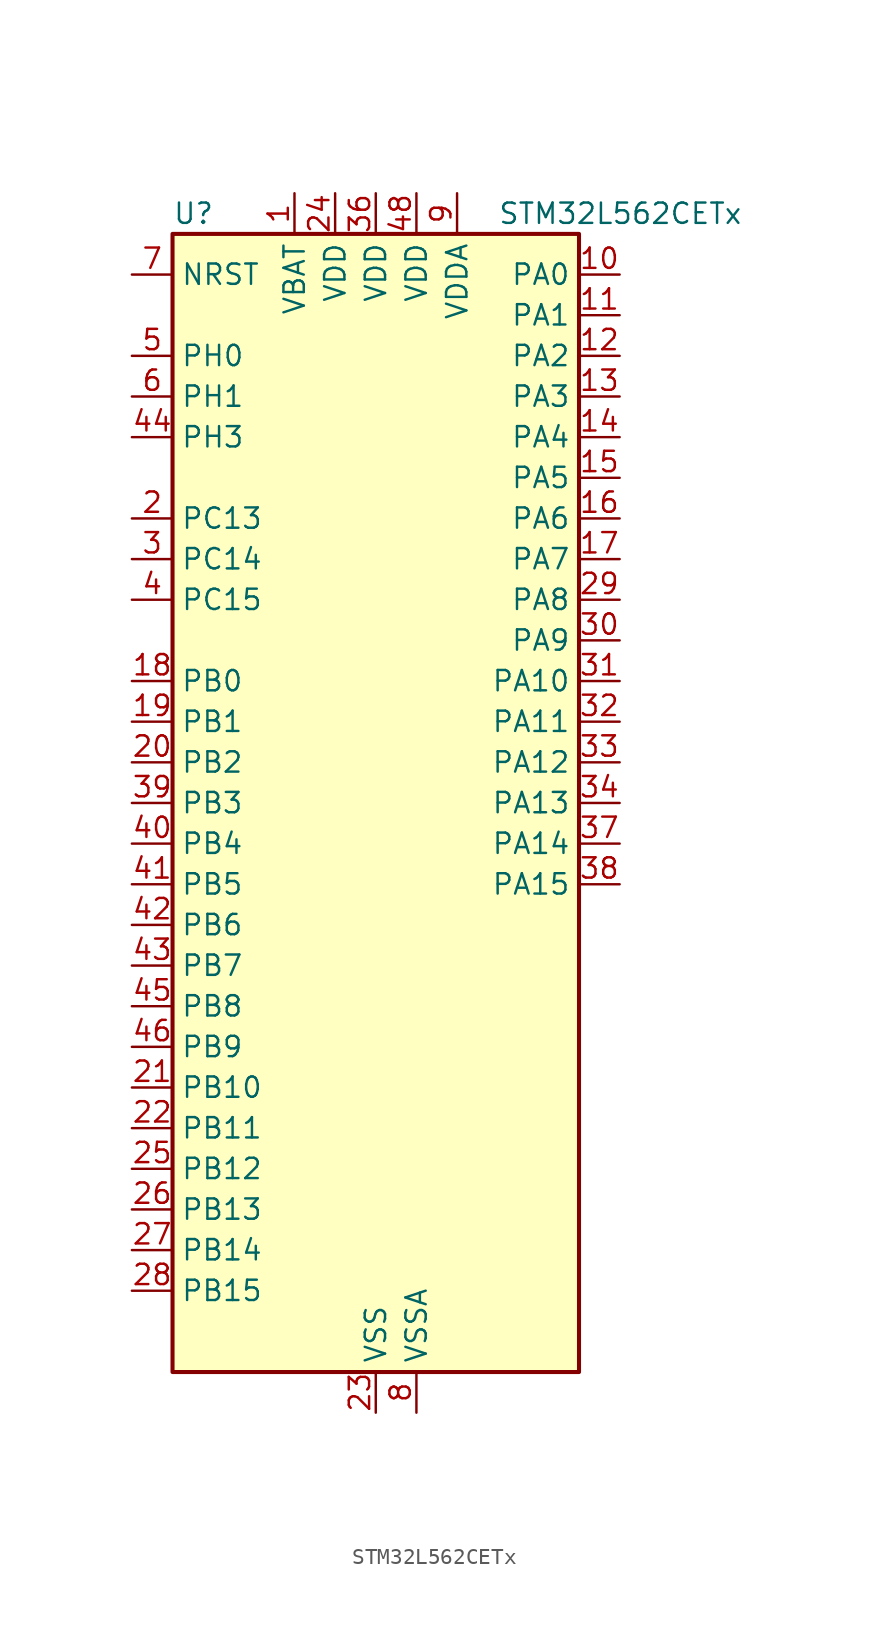
<source format=kicad_sym>
(kicad_symbol_lib
  (version 20220914)
  (generator kicad_symbol_editor)
  (symbol "STM32L562CETx"
    (property "Reference" "U"
      (at -12.7 36.83 0)
      (effects (font (size 1.27 1.27)) (justify left)))
    (property "Value" "STM32L562CETx"
      (at 7.62 36.83 0)
      (effects (font (size 1.27 1.27)) (justify left)))
    (property "ki_locked" ""
      (at 0 0 0)
      (effects (font (size 1.27 1.27))))
    (symbol "STM32L562CETx_0_1"
      (rectangle (start -12.7 -35.56) (end 12.7 35.56) (stroke (width 0.254) (type default)) (fill (type background))))
    (symbol "STM32L562CETx_1_1"
      (pin power_in line (at -5.08 38.1 270) (length 2.54) (name "VBAT" (effects (font (size 1.27 1.27)))) (number "1" (effects (font (size 1.27 1.27)))))
      (pin bidirectional line (at 15.24 33.02 180) (length 2.54) (name "PA0" (effects (font (size 1.27 1.27)))) (number "10" (effects (font (size 1.27 1.27)))) (alternate "ADC1_IN5" bidirectional line) (alternate "ADC2_IN5" bidirectional line) (alternate "OPAMP1_VINP" bidirectional line) (alternate "PWR_WKUP1" bidirectional line) (alternate "SAI1_EXTCLK" bidirectional line) (alternate "TAMP_IN2" bidirectional line) (alternate "TAMP_OUT1" bidirectional line) (alternate "TIM2_CH1" bidirectional line) (alternate "TIM2_ETR" bidirectional line) (alternate "TIM5_CH1" bidirectional line) (alternate "TIM8_ETR" bidirectional line) (alternate "UART4_TX" bidirectional line) (alternate "USART2_CTS" bidirectional line) (alternate "USART2_NSS" bidirectional line))
      (pin bidirectional line (at 15.24 30.48 180) (length 2.54) (name "PA1" (effects (font (size 1.27 1.27)))) (number "11" (effects (font (size 1.27 1.27)))) (alternate "ADC1_IN6" bidirectional line) (alternate "ADC2_IN6" bidirectional line) (alternate "I2C1_SMBA" bidirectional line) (alternate "OCTOSPI1_DQS" bidirectional line) (alternate "OPAMP1_VINM" bidirectional line) (alternate "SPI1_SCK" bidirectional line) (alternate "TAMP_IN5" bidirectional line) (alternate "TAMP_OUT4" bidirectional line) (alternate "TIM15_CH1N" bidirectional line) (alternate "TIM2_CH2" bidirectional line) (alternate "TIM5_CH2" bidirectional line) (alternate "UART4_RX" bidirectional line) (alternate "USART2_DE" bidirectional line) (alternate "USART2_RTS" bidirectional line))
      (pin bidirectional line (at 15.24 27.94 180) (length 2.54) (name "PA2" (effects (font (size 1.27 1.27)))) (number "12" (effects (font (size 1.27 1.27)))) (alternate "ADC1_IN7" bidirectional line) (alternate "ADC2_IN7" bidirectional line) (alternate "COMP1_INP" bidirectional line) (alternate "LPUART1_TX" bidirectional line) (alternate "OCTOSPI1_NCS" bidirectional line) (alternate "PWR_WKUP4" bidirectional line) (alternate "RCC_LSCO" bidirectional line) (alternate "SAI2_EXTCLK" bidirectional line) (alternate "TIM15_CH1" bidirectional line) (alternate "TIM2_CH3" bidirectional line) (alternate "TIM5_CH3" bidirectional line) (alternate "UCPD1_FRSTX1" bidirectional line) (alternate "USART2_TX" bidirectional line))
      (pin bidirectional line (at 15.24 25.4 180) (length 2.54) (name "PA3" (effects (font (size 1.27 1.27)))) (number "13" (effects (font (size 1.27 1.27)))) (alternate "ADC1_IN8" bidirectional line) (alternate "ADC2_IN8" bidirectional line) (alternate "LPUART1_RX" bidirectional line) (alternate "OCTOSPI1_CLK" bidirectional line) (alternate "OPAMP1_VOUT" bidirectional line) (alternate "SAI1_CK1" bidirectional line) (alternate "SAI1_MCLK_A" bidirectional line) (alternate "TIM15_CH2" bidirectional line) (alternate "TIM2_CH4" bidirectional line) (alternate "TIM5_CH4" bidirectional line) (alternate "USART2_RX" bidirectional line))
      (pin bidirectional line (at 15.24 22.86 180) (length 2.54) (name "PA4" (effects (font (size 1.27 1.27)))) (number "14" (effects (font (size 1.27 1.27)))) (alternate "ADC1_IN9" bidirectional line) (alternate "ADC2_IN9" bidirectional line) (alternate "DAC1_OUT1" bidirectional line) (alternate "LPTIM2_OUT" bidirectional line) (alternate "OCTOSPI1_NCS" bidirectional line) (alternate "SAI1_FS_B" bidirectional line) (alternate "SPI1_NSS" bidirectional line) (alternate "SPI3_NSS" bidirectional line) (alternate "USART2_CK" bidirectional line))
      (pin bidirectional line (at 15.24 20.32 180) (length 2.54) (name "PA5" (effects (font (size 1.27 1.27)))) (number "15" (effects (font (size 1.27 1.27)))) (alternate "ADC1_IN10" bidirectional line) (alternate "ADC2_IN10" bidirectional line) (alternate "DAC1_OUT2" bidirectional line) (alternate "LPTIM2_ETR" bidirectional line) (alternate "SPI1_SCK" bidirectional line) (alternate "TIM2_CH1" bidirectional line) (alternate "TIM2_ETR" bidirectional line) (alternate "TIM8_CH1N" bidirectional line))
      (pin bidirectional line (at 15.24 17.78 180) (length 2.54) (name "PA6" (effects (font (size 1.27 1.27)))) (number "16" (effects (font (size 1.27 1.27)))) (alternate "ADC1_IN11" bidirectional line) (alternate "ADC2_IN11" bidirectional line) (alternate "LPUART1_CTS" bidirectional line) (alternate "OCTOSPI1_IO3" bidirectional line) (alternate "OPAMP2_VINP" bidirectional line) (alternate "SPI1_MISO" bidirectional line) (alternate "TIM16_CH1" bidirectional line) (alternate "TIM1_BKIN" bidirectional line) (alternate "TIM3_CH1" bidirectional line) (alternate "TIM8_BKIN" bidirectional line) (alternate "USART3_CTS" bidirectional line) (alternate "USART3_NSS" bidirectional line))
      (pin bidirectional line (at 15.24 15.24 180) (length 2.54) (name "PA7" (effects (font (size 1.27 1.27)))) (number "17" (effects (font (size 1.27 1.27)))) (alternate "ADC1_IN12" bidirectional line) (alternate "ADC2_IN12" bidirectional line) (alternate "I2C3_SCL" bidirectional line) (alternate "OCTOSPI1_IO2" bidirectional line) (alternate "OPAMP2_VINM" bidirectional line) (alternate "SPI1_MOSI" bidirectional line) (alternate "TIM17_CH1" bidirectional line) (alternate "TIM1_CH1N" bidirectional line) (alternate "TIM3_CH2" bidirectional line) (alternate "TIM8_CH1N" bidirectional line))
      (pin bidirectional line (at -15.24 7.62 0) (length 2.54) (name "PB0" (effects (font (size 1.27 1.27)))) (number "18" (effects (font (size 1.27 1.27)))) (alternate "ADC1_IN15" bidirectional line) (alternate "ADC2_IN15" bidirectional line) (alternate "COMP1_OUT" bidirectional line) (alternate "OCTOSPI1_IO1" bidirectional line) (alternate "OPAMP2_VOUT" bidirectional line) (alternate "SAI1_EXTCLK" bidirectional line) (alternate "SPI1_NSS" bidirectional line) (alternate "TIM1_CH2N" bidirectional line) (alternate "TIM3_CH3" bidirectional line) (alternate "TIM8_CH2N" bidirectional line) (alternate "USART3_CK" bidirectional line))
      (pin bidirectional line (at -15.24 5.08 0) (length 2.54) (name "PB1" (effects (font (size 1.27 1.27)))) (number "19" (effects (font (size 1.27 1.27)))) (alternate "ADC1_IN16" bidirectional line) (alternate "ADC2_IN16" bidirectional line) (alternate "COMP1_INM" bidirectional line) (alternate "DFSDM1_DATIN0" bidirectional line) (alternate "LPTIM2_IN1" bidirectional line) (alternate "LPUART1_DE" bidirectional line) (alternate "LPUART1_RTS" bidirectional line) (alternate "OCTOSPI1_IO0" bidirectional line) (alternate "TIM1_CH3N" bidirectional line) (alternate "TIM3_CH4" bidirectional line) (alternate "TIM8_CH3N" bidirectional line) (alternate "USART3_DE" bidirectional line) (alternate "USART3_RTS" bidirectional line))
      (pin bidirectional line (at -15.24 17.78 0) (length 2.54) (name "PC13" (effects (font (size 1.27 1.27)))) (number "2" (effects (font (size 1.27 1.27)))) (alternate "PWR_WKUP2" bidirectional line) (alternate "RTC_OUT1" bidirectional line) (alternate "RTC_TS" bidirectional line) (alternate "TAMP_IN1" bidirectional line) (alternate "TAMP_OUT2" bidirectional line))
      (pin bidirectional line (at -15.24 2.54 0) (length 2.54) (name "PB2" (effects (font (size 1.27 1.27)))) (number "20" (effects (font (size 1.27 1.27)))) (alternate "COMP1_INP" bidirectional line) (alternate "DFSDM1_CKIN0" bidirectional line) (alternate "I2C3_SMBA" bidirectional line) (alternate "LPTIM1_OUT" bidirectional line) (alternate "OCTOSPI1_DQS" bidirectional line) (alternate "RTC_OUT2" bidirectional line) (alternate "UCPD1_FRSTX1" bidirectional line))
      (pin bidirectional line (at -15.24 -17.78 0) (length 2.54) (name "PB10" (effects (font (size 1.27 1.27)))) (number "21" (effects (font (size 1.27 1.27)))) (alternate "COMP1_OUT" bidirectional line) (alternate "I2C2_SCL" bidirectional line) (alternate "I2C4_SCL" bidirectional line) (alternate "LPTIM3_OUT" bidirectional line) (alternate "LPUART1_RX" bidirectional line) (alternate "OCTOSPI1_CLK" bidirectional line) (alternate "SAI1_SCK_A" bidirectional line) (alternate "SPI2_SCK" bidirectional line) (alternate "TIM2_CH3" bidirectional line) (alternate "TSC_SYNC" bidirectional line) (alternate "USART3_TX" bidirectional line))
      (pin bidirectional line (at -15.24 -20.32 0) (length 2.54) (name "PB11" (effects (font (size 1.27 1.27)))) (number "22" (effects (font (size 1.27 1.27)))) (alternate "ADC1_EXTI11" bidirectional line) (alternate "ADC2_EXTI11" bidirectional line) (alternate "COMP2_OUT" bidirectional line) (alternate "I2C2_SDA" bidirectional line) (alternate "I2C4_SDA" bidirectional line) (alternate "LPUART1_TX" bidirectional line) (alternate "OCTOSPI1_NCS" bidirectional line) (alternate "TIM2_CH4" bidirectional line) (alternate "USART3_RX" bidirectional line))
      (pin power_in line (at 0 -38.1 90) (length 2.54) (name "VSS" (effects (font (size 1.27 1.27)))) (number "23" (effects (font (size 1.27 1.27)))))
      (pin power_in line (at -2.54 38.1 270) (length 2.54) (name "VDD" (effects (font (size 1.27 1.27)))) (number "24" (effects (font (size 1.27 1.27)))))
      (pin bidirectional line (at -15.24 -22.86 0) (length 2.54) (name "PB12" (effects (font (size 1.27 1.27)))) (number "25" (effects (font (size 1.27 1.27)))) (alternate "DFSDM1_DATIN1" bidirectional line) (alternate "I2C2_SMBA" bidirectional line) (alternate "LPUART1_DE" bidirectional line) (alternate "LPUART1_RTS" bidirectional line) (alternate "OCTOSPI1_NCLK" bidirectional line) (alternate "SAI2_FS_A" bidirectional line) (alternate "SPI2_NSS" bidirectional line) (alternate "TIM15_BKIN" bidirectional line) (alternate "TIM1_BKIN" bidirectional line) (alternate "TSC_G1_IO1" bidirectional line) (alternate "USART3_CK" bidirectional line))
      (pin bidirectional line (at -15.24 -25.4 0) (length 2.54) (name "PB13" (effects (font (size 1.27 1.27)))) (number "26" (effects (font (size 1.27 1.27)))) (alternate "DFSDM1_CKIN1" bidirectional line) (alternate "I2C2_SCL" bidirectional line) (alternate "LPTIM3_IN1" bidirectional line) (alternate "LPUART1_CTS" bidirectional line) (alternate "SAI2_SCK_A" bidirectional line) (alternate "SPI2_SCK" bidirectional line) (alternate "TIM15_CH1N" bidirectional line) (alternate "TIM1_CH1N" bidirectional line) (alternate "TSC_G1_IO2" bidirectional line) (alternate "UCPD1_FRSTX2" bidirectional line) (alternate "USART3_CTS" bidirectional line) (alternate "USART3_NSS" bidirectional line))
      (pin bidirectional line (at -15.24 -27.94 0) (length 2.54) (name "PB14" (effects (font (size 1.27 1.27)))) (number "27" (effects (font (size 1.27 1.27)))) (alternate "DFSDM1_DATIN2" bidirectional line) (alternate "I2C2_SDA" bidirectional line) (alternate "LPTIM3_ETR" bidirectional line) (alternate "SAI2_MCLK_A" bidirectional line) (alternate "SPI2_MISO" bidirectional line) (alternate "TIM15_CH1" bidirectional line) (alternate "TIM1_CH2N" bidirectional line) (alternate "TIM8_CH2N" bidirectional line) (alternate "TSC_G1_IO3" bidirectional line) (alternate "UCPD1_DBCC2" bidirectional line) (alternate "USART3_DE" bidirectional line) (alternate "USART3_RTS" bidirectional line))
      (pin bidirectional line (at -15.24 -30.48 0) (length 2.54) (name "PB15" (effects (font (size 1.27 1.27)))) (number "28" (effects (font (size 1.27 1.27)))) (alternate "ADC1_EXTI15" bidirectional line) (alternate "ADC2_EXTI15" bidirectional line) (alternate "DFSDM1_CKIN2" bidirectional line) (alternate "RTC_REFIN" bidirectional line) (alternate "SAI2_SD_A" bidirectional line) (alternate "SPI2_MOSI" bidirectional line) (alternate "TIM15_CH2" bidirectional line) (alternate "TIM1_CH3N" bidirectional line) (alternate "TIM8_CH3N" bidirectional line) (alternate "UCPD1_CC2" bidirectional line))
      (pin bidirectional line (at 15.24 12.7 180) (length 2.54) (name "PA8" (effects (font (size 1.27 1.27)))) (number "29" (effects (font (size 1.27 1.27)))) (alternate "LPTIM2_OUT" bidirectional line) (alternate "RCC_MCO" bidirectional line) (alternate "SAI1_CK2" bidirectional line) (alternate "SAI1_SCK_A" bidirectional line) (alternate "TIM1_CH1" bidirectional line) (alternate "USART1_CK" bidirectional line))
      (pin bidirectional line (at -15.24 15.24 0) (length 2.54) (name "PC14" (effects (font (size 1.27 1.27)))) (number "3" (effects (font (size 1.27 1.27)))) (alternate "RCC_OSC32_IN" bidirectional line))
      (pin bidirectional line (at 15.24 10.16 180) (length 2.54) (name "PA9" (effects (font (size 1.27 1.27)))) (number "30" (effects (font (size 1.27 1.27)))) (alternate "DAC1_EXTI9" bidirectional line) (alternate "SAI1_FS_A" bidirectional line) (alternate "SPI2_SCK" bidirectional line) (alternate "TIM15_BKIN" bidirectional line) (alternate "TIM1_CH2" bidirectional line) (alternate "USART1_TX" bidirectional line))
      (pin bidirectional line (at 15.24 7.62 180) (length 2.54) (name "PA10" (effects (font (size 1.27 1.27)))) (number "31" (effects (font (size 1.27 1.27)))) (alternate "CRS_SYNC" bidirectional line) (alternate "SAI1_D1" bidirectional line) (alternate "SAI1_SD_A" bidirectional line) (alternate "TIM17_BKIN" bidirectional line) (alternate "TIM1_CH3" bidirectional line) (alternate "USART1_RX" bidirectional line))
      (pin bidirectional line (at 15.24 5.08 180) (length 2.54) (name "PA11" (effects (font (size 1.27 1.27)))) (number "32" (effects (font (size 1.27 1.27)))) (alternate "ADC1_EXTI11" bidirectional line) (alternate "ADC2_EXTI11" bidirectional line) (alternate "FDCAN1_RX" bidirectional line) (alternate "SPI1_MISO" bidirectional line) (alternate "TIM1_BKIN2" bidirectional line) (alternate "TIM1_CH4" bidirectional line) (alternate "USART1_CTS" bidirectional line) (alternate "USART1_NSS" bidirectional line) (alternate "USB_DM" bidirectional line))
      (pin bidirectional line (at 15.24 2.54 180) (length 2.54) (name "PA12" (effects (font (size 1.27 1.27)))) (number "33" (effects (font (size 1.27 1.27)))) (alternate "FDCAN1_TX" bidirectional line) (alternate "SPI1_MOSI" bidirectional line) (alternate "TIM1_ETR" bidirectional line) (alternate "USART1_DE" bidirectional line) (alternate "USART1_RTS" bidirectional line) (alternate "USB_DP" bidirectional line))
      (pin bidirectional line (at 15.24 0 180) (length 2.54) (name "PA13" (effects (font (size 1.27 1.27)))) (number "34" (effects (font (size 1.27 1.27)))) (alternate "DEBUG_JTMS-SWDIO" bidirectional line) (alternate "IR_OUT" bidirectional line) (alternate "SAI1_SD_B" bidirectional line) (alternate "USB_NOE" bidirectional line))
      (pin passive line (at 0 -38.1 90) (length 2.54) hide (name "VSS" (effects (font (size 1.27 1.27)))) (number "35" (effects (font (size 1.27 1.27)))))
      (pin power_in line (at 0 38.1 270) (length 2.54) (name "VDD" (effects (font (size 1.27 1.27)))) (number "36" (effects (font (size 1.27 1.27)))))
      (pin bidirectional line (at 15.24 -2.54 180) (length 2.54) (name "PA14" (effects (font (size 1.27 1.27)))) (number "37" (effects (font (size 1.27 1.27)))) (alternate "DEBUG_JTCK-SWCLK" bidirectional line) (alternate "I2C1_SMBA" bidirectional line) (alternate "I2C4_SMBA" bidirectional line) (alternate "LPTIM1_OUT" bidirectional line) (alternate "SAI1_FS_B" bidirectional line))
      (pin bidirectional line (at 15.24 -5.08 180) (length 2.54) (name "PA15" (effects (font (size 1.27 1.27)))) (number "38" (effects (font (size 1.27 1.27)))) (alternate "ADC1_EXTI15" bidirectional line) (alternate "ADC2_EXTI15" bidirectional line) (alternate "DEBUG_JTDI" bidirectional line) (alternate "SAI2_FS_B" bidirectional line) (alternate "SPI1_NSS" bidirectional line) (alternate "SPI3_NSS" bidirectional line) (alternate "TIM2_CH1" bidirectional line) (alternate "TIM2_ETR" bidirectional line) (alternate "UART4_DE" bidirectional line) (alternate "UART4_RTS" bidirectional line) (alternate "UCPD1_CC1" bidirectional line) (alternate "USART2_RX" bidirectional line) (alternate "USART3_DE" bidirectional line) (alternate "USART3_RTS" bidirectional line))
      (pin bidirectional line (at -15.24 0 0) (length 2.54) (name "PB3" (effects (font (size 1.27 1.27)))) (number "39" (effects (font (size 1.27 1.27)))) (alternate "COMP2_INM" bidirectional line) (alternate "CRS_SYNC" bidirectional line) (alternate "DEBUG_JTDO-SWO" bidirectional line) (alternate "SAI1_SCK_B" bidirectional line) (alternate "SPI1_SCK" bidirectional line) (alternate "SPI3_SCK" bidirectional line) (alternate "TIM2_CH2" bidirectional line) (alternate "USART1_DE" bidirectional line) (alternate "USART1_RTS" bidirectional line))
      (pin bidirectional line (at -15.24 12.7 0) (length 2.54) (name "PC15" (effects (font (size 1.27 1.27)))) (number "4" (effects (font (size 1.27 1.27)))) (alternate "ADC1_EXTI15" bidirectional line) (alternate "ADC2_EXTI15" bidirectional line) (alternate "RCC_OSC32_OUT" bidirectional line))
      (pin bidirectional line (at -15.24 -2.54 0) (length 2.54) (name "PB4" (effects (font (size 1.27 1.27)))) (number "40" (effects (font (size 1.27 1.27)))) (alternate "COMP2_INP" bidirectional line) (alternate "DEBUG_JTRST" bidirectional line) (alternate "I2C3_SDA" bidirectional line) (alternate "SAI1_MCLK_B" bidirectional line) (alternate "SPI1_MISO" bidirectional line) (alternate "SPI3_MISO" bidirectional line) (alternate "TIM17_BKIN" bidirectional line) (alternate "TIM3_CH1" bidirectional line) (alternate "TSC_G2_IO1" bidirectional line) (alternate "USART1_CTS" bidirectional line) (alternate "USART1_NSS" bidirectional line))
      (pin bidirectional line (at -15.24 -5.08 0) (length 2.54) (name "PB5" (effects (font (size 1.27 1.27)))) (number "41" (effects (font (size 1.27 1.27)))) (alternate "COMP2_OUT" bidirectional line) (alternate "I2C1_SMBA" bidirectional line) (alternate "LPTIM1_IN1" bidirectional line) (alternate "OCTOSPI1_NCLK" bidirectional line) (alternate "SAI1_SD_B" bidirectional line) (alternate "SPI1_MOSI" bidirectional line) (alternate "SPI3_MOSI" bidirectional line) (alternate "TIM16_BKIN" bidirectional line) (alternate "TIM3_CH2" bidirectional line) (alternate "TSC_G2_IO2" bidirectional line) (alternate "UCPD1_DBCC1" bidirectional line) (alternate "USART1_CK" bidirectional line))
      (pin bidirectional line (at -15.24 -7.62 0) (length 2.54) (name "PB6" (effects (font (size 1.27 1.27)))) (number "42" (effects (font (size 1.27 1.27)))) (alternate "COMP2_INP" bidirectional line) (alternate "I2C1_SCL" bidirectional line) (alternate "I2C4_SCL" bidirectional line) (alternate "LPTIM1_ETR" bidirectional line) (alternate "SAI1_FS_B" bidirectional line) (alternate "TIM16_CH1N" bidirectional line) (alternate "TIM4_CH1" bidirectional line) (alternate "TIM8_BKIN2" bidirectional line) (alternate "TSC_G2_IO3" bidirectional line) (alternate "USART1_TX" bidirectional line))
      (pin bidirectional line (at -15.24 -10.16 0) (length 2.54) (name "PB7" (effects (font (size 1.27 1.27)))) (number "43" (effects (font (size 1.27 1.27)))) (alternate "COMP2_INM" bidirectional line) (alternate "I2C1_SDA" bidirectional line) (alternate "I2C4_SDA" bidirectional line) (alternate "LPTIM1_IN2" bidirectional line) (alternate "PWR_PVD_IN" bidirectional line) (alternate "TIM17_CH1N" bidirectional line) (alternate "TIM4_CH2" bidirectional line) (alternate "TIM8_BKIN" bidirectional line) (alternate "TSC_G2_IO4" bidirectional line) (alternate "UART4_CTS" bidirectional line) (alternate "USART1_RX" bidirectional line))
      (pin bidirectional line (at -15.24 22.86 0) (length 2.54) (name "PH3" (effects (font (size 1.27 1.27)))) (number "44" (effects (font (size 1.27 1.27)))))
      (pin bidirectional line (at -15.24 -12.7 0) (length 2.54) (name "PB8" (effects (font (size 1.27 1.27)))) (number "45" (effects (font (size 1.27 1.27)))) (alternate "DFSDM1_CKOUT" bidirectional line) (alternate "FDCAN1_RX" bidirectional line) (alternate "I2C1_SCL" bidirectional line) (alternate "SAI1_CK1" bidirectional line) (alternate "SAI1_MCLK_A" bidirectional line) (alternate "TIM16_CH1" bidirectional line) (alternate "TIM4_CH3" bidirectional line))
      (pin bidirectional line (at -15.24 -15.24 0) (length 2.54) (name "PB9" (effects (font (size 1.27 1.27)))) (number "46" (effects (font (size 1.27 1.27)))) (alternate "DAC1_EXTI9" bidirectional line) (alternate "FDCAN1_TX" bidirectional line) (alternate "I2C1_SDA" bidirectional line) (alternate "IR_OUT" bidirectional line) (alternate "SAI1_D2" bidirectional line) (alternate "SAI1_FS_A" bidirectional line) (alternate "SPI2_NSS" bidirectional line) (alternate "TIM17_CH1" bidirectional line) (alternate "TIM4_CH4" bidirectional line))
      (pin passive line (at 0 -38.1 90) (length 2.54) hide (name "VSS" (effects (font (size 1.27 1.27)))) (number "47" (effects (font (size 1.27 1.27)))))
      (pin power_in line (at 2.54 38.1 270) (length 2.54) (name "VDD" (effects (font (size 1.27 1.27)))) (number "48" (effects (font (size 1.27 1.27)))))
      (pin bidirectional line (at -15.24 27.94 0) (length 2.54) (name "PH0" (effects (font (size 1.27 1.27)))) (number "5" (effects (font (size 1.27 1.27)))) (alternate "RCC_OSC_IN" bidirectional line))
      (pin bidirectional line (at -15.24 25.4 0) (length 2.54) (name "PH1" (effects (font (size 1.27 1.27)))) (number "6" (effects (font (size 1.27 1.27)))) (alternate "RCC_OSC_OUT" bidirectional line))
      (pin input line (at -15.24 33.02 0) (length 2.54) (name "NRST" (effects (font (size 1.27 1.27)))) (number "7" (effects (font (size 1.27 1.27)))))
      (pin power_in line (at 2.54 -38.1 90) (length 2.54) (name "VSSA" (effects (font (size 1.27 1.27)))) (number "8" (effects (font (size 1.27 1.27)))))
      (pin power_in line (at 5.08 38.1 270) (length 2.54) (name "VDDA" (effects (font (size 1.27 1.27)))) (number "9" (effects (font (size 1.27 1.27))))))))
</source>
